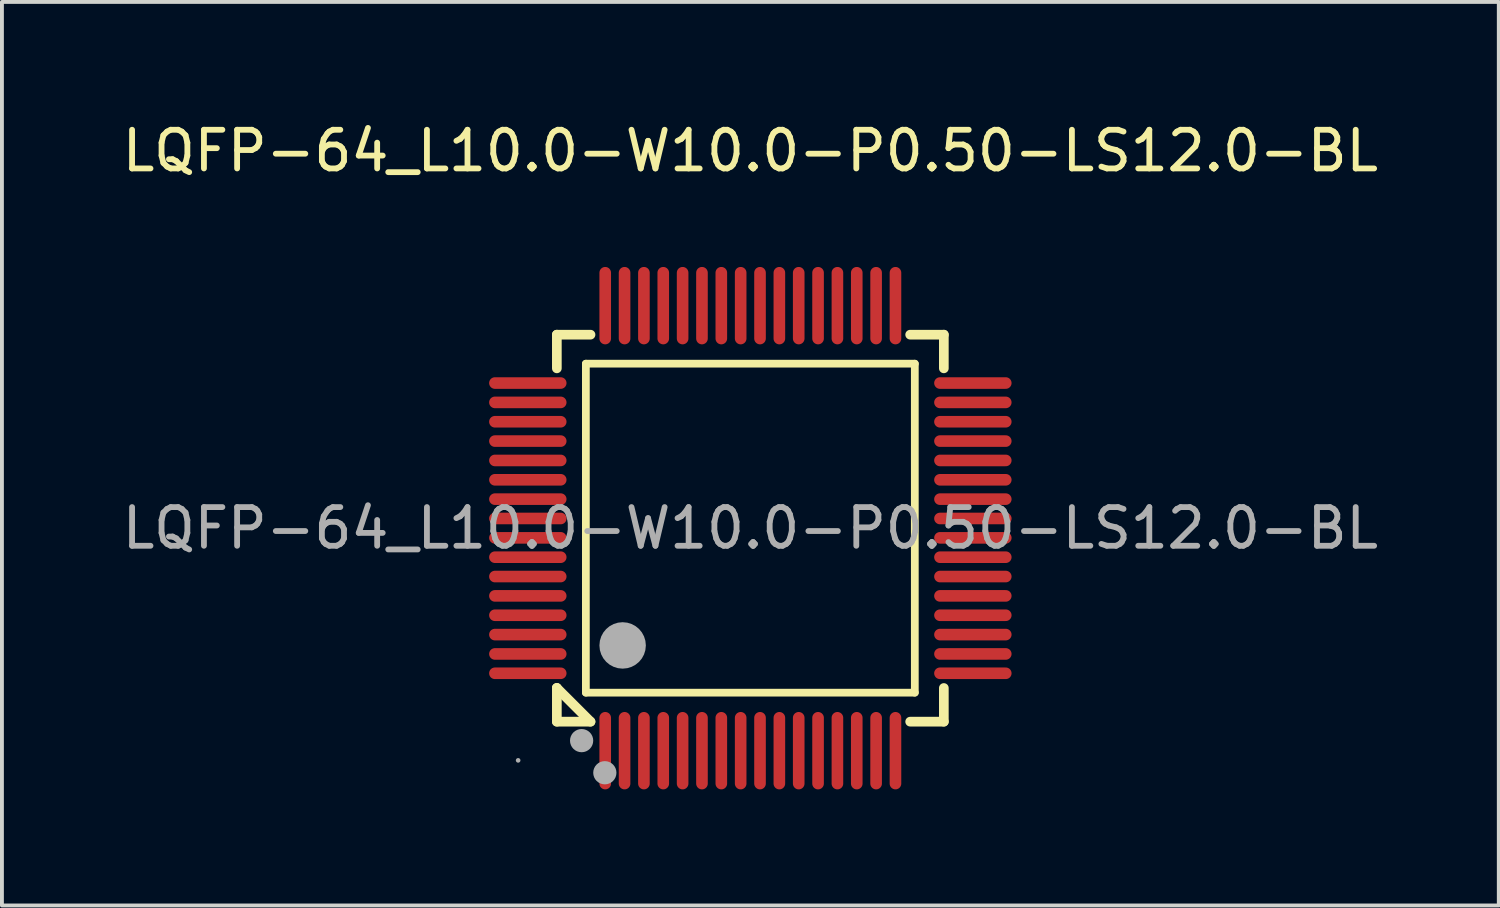
<source format=kicad_pcb>
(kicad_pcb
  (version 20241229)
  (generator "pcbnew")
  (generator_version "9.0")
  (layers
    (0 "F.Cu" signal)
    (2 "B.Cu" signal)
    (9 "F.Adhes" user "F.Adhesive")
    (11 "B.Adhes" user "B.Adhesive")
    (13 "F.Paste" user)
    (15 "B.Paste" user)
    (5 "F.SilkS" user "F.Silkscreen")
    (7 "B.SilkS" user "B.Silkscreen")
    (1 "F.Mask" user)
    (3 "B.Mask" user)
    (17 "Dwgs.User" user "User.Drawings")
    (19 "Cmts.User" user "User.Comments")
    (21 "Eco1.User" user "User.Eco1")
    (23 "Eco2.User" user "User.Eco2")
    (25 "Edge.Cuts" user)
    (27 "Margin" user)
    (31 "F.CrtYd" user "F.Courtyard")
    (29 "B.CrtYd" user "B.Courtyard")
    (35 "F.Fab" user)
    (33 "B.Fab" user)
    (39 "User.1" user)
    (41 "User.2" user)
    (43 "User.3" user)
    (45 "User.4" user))
  (footprint "LQFP-64_L10.0-W10.0-P0.50-LS12.0-BL"
    (layer "F.Cu")
    (at 16.339 10.598)
    (property "Reference" "LQFP-64_L10.0-W10.0-P0.50-LS12.0-BL" (at 0 -9.75 0) (layer "F.SilkS") (effects (font (size 1 1) (thickness 0.15))))
    (attr smd)
    (fp_line (start -5 -5) (end -4.13 -5) (stroke (width 0.25) (type solid)) (layer "F.SilkS"))
    (fp_line (start -5 -4.13) (end -5 -5) (stroke (width 0.25) (type solid)) (layer "F.SilkS"))
    (fp_line (start -5 4.13) (end -5 4.13) (stroke (width 0.25) (type solid)) (layer "F.SilkS"))
    (fp_line (start -5 4.13) (end -4.13 5) (stroke (width 0.25) (type solid)) (layer "F.SilkS"))
    (fp_line (start -5 5) (end -5 4.13) (stroke (width 0.25) (type solid)) (layer "F.SilkS"))
    (fp_line (start -4.25 -4.25) (end -4.25 4.25) (stroke (width 0.2) (type solid)) (layer "F.SilkS"))
    (fp_line (start -4.25 4.25) (end 4.25 4.25) (stroke (width 0.2) (type solid)) (layer "F.SilkS"))
    (fp_line (start -4.13 5) (end -5 5) (stroke (width 0.25) (type solid)) (layer "F.SilkS"))
    (fp_line (start 4.25 -4.25) (end -4.25 -4.25) (stroke (width 0.2) (type solid)) (layer "F.SilkS"))
    (fp_line (start 4.25 4.25) (end 4.25 -4.25) (stroke (width 0.2) (type solid)) (layer "F.SilkS"))
    (fp_line (start 5 -5) (end 4.13 -5) (stroke (width 0.25) (type solid)) (layer "F.SilkS"))
    (fp_line (start 5 -5) (end 5 -4.13) (stroke (width 0.25) (type solid)) (layer "F.SilkS"))
    (fp_line (start 5 4.13) (end 5 5) (stroke (width 0.25) (type solid)) (layer "F.SilkS"))
    (fp_line (start 5 5) (end 4.13 5) (stroke (width 0.25) (type solid)) (layer "F.SilkS"))
    (fp_arc (start -4.36 5.49) (mid -4.36 5.49) (end -4.36 5.49) (stroke (width 0.3) (type solid)) (layer "F.Fab"))
    (fp_arc (start -3.3 3.03) (mid -3.3 3.03) (end -3.3 3.03) (stroke (width 0.6) (type solid)) (layer "F.Fab"))
    (fp_circle (center -6 6) (end -5.97 6) (stroke (width 0.06) (type solid)) (fill no) (layer "F.Fab"))
    (fp_circle (center -3.76 6.32) (end -3.61 6.32) (stroke (width 0.3) (type solid)) (fill no) (layer "F.Fab"))
    (fp_text user "${REFERENCE}" (at 0 0 0) (layer "F.Fab") (effects (font (size 1 1) (thickness 0.15))))
    (pad "1" smd oval (at -3.75 5.75) (size 0.3 2) (layers "F.Cu" "F.Mask" "F.Paste"))
    (pad "2" smd oval (at -3.25 5.75) (size 0.3 2) (layers "F.Cu" "F.Mask" "F.Paste"))
    (pad "3" smd oval (at -2.75 5.75) (size 0.3 2) (layers "F.Cu" "F.Mask" "F.Paste"))
    (pad "4" smd oval (at -2.25 5.75) (size 0.3 2) (layers "F.Cu" "F.Mask" "F.Paste"))
    (pad "5" smd oval (at -1.75 5.75) (size 0.3 2) (layers "F.Cu" "F.Mask" "F.Paste"))
    (pad "6" smd oval (at -1.25 5.75) (size 0.3 2) (layers "F.Cu" "F.Mask" "F.Paste"))
    (pad "7" smd oval (at -0.75 5.75) (size 0.3 2) (layers "F.Cu" "F.Mask" "F.Paste"))
    (pad "8" smd oval (at -0.25 5.75) (size 0.3 2) (layers "F.Cu" "F.Mask" "F.Paste"))
    (pad "9" smd oval (at 0.25 5.75) (size 0.3 2) (layers "F.Cu" "F.Mask" "F.Paste"))
    (pad "10" smd oval (at 0.75 5.75) (size 0.3 2) (layers "F.Cu" "F.Mask" "F.Paste"))
    (pad "11" smd oval (at 1.25 5.75) (size 0.3 2) (layers "F.Cu" "F.Mask" "F.Paste"))
    (pad "12" smd oval (at 1.75 5.75) (size 0.3 2) (layers "F.Cu" "F.Mask" "F.Paste"))
    (pad "13" smd oval (at 2.25 5.75) (size 0.3 2) (layers "F.Cu" "F.Mask" "F.Paste"))
    (pad "14" smd oval (at 2.75 5.75) (size 0.3 2) (layers "F.Cu" "F.Mask" "F.Paste"))
    (pad "15" smd oval (at 3.25 5.75) (size 0.3 2) (layers "F.Cu" "F.Mask" "F.Paste"))
    (pad "16" smd oval (at 3.75 5.75) (size 0.3 2) (layers "F.Cu" "F.Mask" "F.Paste"))
    (pad "17" smd oval (at 5.75 3.75) (size 2 0.3) (layers "F.Cu" "F.Mask" "F.Paste"))
    (pad "18" smd oval (at 5.75 3.25) (size 2 0.3) (layers "F.Cu" "F.Mask" "F.Paste"))
    (pad "19" smd oval (at 5.75 2.75) (size 2 0.3) (layers "F.Cu" "F.Mask" "F.Paste"))
    (pad "20" smd oval (at 5.75 2.25) (size 2 0.3) (layers "F.Cu" "F.Mask" "F.Paste"))
    (pad "21" smd oval (at 5.75 1.75) (size 2 0.3) (layers "F.Cu" "F.Mask" "F.Paste"))
    (pad "22" smd oval (at 5.75 1.25) (size 2 0.3) (layers "F.Cu" "F.Mask" "F.Paste"))
    (pad "23" smd oval (at 5.75 0.75) (size 2 0.3) (layers "F.Cu" "F.Mask" "F.Paste"))
    (pad "24" smd oval (at 5.75 0.25) (size 2 0.3) (layers "F.Cu" "F.Mask" "F.Paste"))
    (pad "25" smd oval (at 5.75 -0.25) (size 2 0.3) (layers "F.Cu" "F.Mask" "F.Paste"))
    (pad "26" smd oval (at 5.75 -0.75) (size 2 0.3) (layers "F.Cu" "F.Mask" "F.Paste"))
    (pad "27" smd oval (at 5.75 -1.25) (size 2 0.3) (layers "F.Cu" "F.Mask" "F.Paste"))
    (pad "28" smd oval (at 5.75 -1.75) (size 2 0.3) (layers "F.Cu" "F.Mask" "F.Paste"))
    (pad "29" smd oval (at 5.75 -2.25) (size 2 0.3) (layers "F.Cu" "F.Mask" "F.Paste"))
    (pad "30" smd oval (at 5.75 -2.75) (size 2 0.3) (layers "F.Cu" "F.Mask" "F.Paste"))
    (pad "31" smd oval (at 5.75 -3.25) (size 2 0.3) (layers "F.Cu" "F.Mask" "F.Paste"))
    (pad "32" smd oval (at 5.75 -3.75) (size 2 0.3) (layers "F.Cu" "F.Mask" "F.Paste"))
    (pad "33" smd oval (at 3.75 -5.75) (size 0.3 2) (layers "F.Cu" "F.Mask" "F.Paste"))
    (pad "34" smd oval (at 3.25 -5.75) (size 0.3 2) (layers "F.Cu" "F.Mask" "F.Paste"))
    (pad "35" smd oval (at 2.75 -5.75) (size 0.3 2) (layers "F.Cu" "F.Mask" "F.Paste"))
    (pad "36" smd oval (at 2.25 -5.75) (size 0.3 2) (layers "F.Cu" "F.Mask" "F.Paste"))
    (pad "37" smd oval (at 1.75 -5.75) (size 0.3 2) (layers "F.Cu" "F.Mask" "F.Paste"))
    (pad "38" smd oval (at 1.25 -5.75) (size 0.3 2) (layers "F.Cu" "F.Mask" "F.Paste"))
    (pad "39" smd oval (at 0.75 -5.75) (size 0.3 2) (layers "F.Cu" "F.Mask" "F.Paste"))
    (pad "40" smd oval (at 0.25 -5.75) (size 0.3 2) (layers "F.Cu" "F.Mask" "F.Paste"))
    (pad "41" smd oval (at -0.25 -5.75) (size 0.3 2) (layers "F.Cu" "F.Mask" "F.Paste"))
    (pad "42" smd oval (at -0.75 -5.75) (size 0.3 2) (layers "F.Cu" "F.Mask" "F.Paste"))
    (pad "43" smd oval (at -1.25 -5.75) (size 0.3 2) (layers "F.Cu" "F.Mask" "F.Paste"))
    (pad "44" smd oval (at -1.75 -5.75) (size 0.3 2) (layers "F.Cu" "F.Mask" "F.Paste"))
    (pad "45" smd oval (at -2.25 -5.75) (size 0.3 2) (layers "F.Cu" "F.Mask" "F.Paste"))
    (pad "46" smd oval (at -2.75 -5.75) (size 0.3 2) (layers "F.Cu" "F.Mask" "F.Paste"))
    (pad "47" smd oval (at -3.25 -5.75) (size 0.3 2) (layers "F.Cu" "F.Mask" "F.Paste"))
    (pad "48" smd oval (at -3.75 -5.75) (size 0.3 2) (layers "F.Cu" "F.Mask" "F.Paste"))
    (pad "49" smd oval (at -5.75 -3.75) (size 2 0.3) (layers "F.Cu" "F.Mask" "F.Paste"))
    (pad "50" smd oval (at -5.75 -3.25) (size 2 0.3) (layers "F.Cu" "F.Mask" "F.Paste"))
    (pad "51" smd oval (at -5.75 -2.75) (size 2 0.3) (layers "F.Cu" "F.Mask" "F.Paste"))
    (pad "52" smd oval (at -5.75 -2.25) (size 2 0.3) (layers "F.Cu" "F.Mask" "F.Paste"))
    (pad "53" smd oval (at -5.75 -1.75) (size 2 0.3) (layers "F.Cu" "F.Mask" "F.Paste"))
    (pad "54" smd oval (at -5.75 -1.25) (size 2 0.3) (layers "F.Cu" "F.Mask" "F.Paste"))
    (pad "55" smd oval (at -5.75 -0.75) (size 2 0.3) (layers "F.Cu" "F.Mask" "F.Paste"))
    (pad "56" smd oval (at -5.75 -0.25) (size 2 0.3) (layers "F.Cu" "F.Mask" "F.Paste"))
    (pad "57" smd oval (at -5.75 0.25) (size 2 0.3) (layers "F.Cu" "F.Mask" "F.Paste"))
    (pad "58" smd oval (at -5.75 0.75) (size 2 0.3) (layers "F.Cu" "F.Mask" "F.Paste"))
    (pad "59" smd oval (at -5.75 1.25) (size 2 0.3) (layers "F.Cu" "F.Mask" "F.Paste"))
    (pad "60" smd oval (at -5.75 1.75) (size 2 0.3) (layers "F.Cu" "F.Mask" "F.Paste"))
    (pad "61" smd oval (at -5.75 2.25) (size 2 0.3) (layers "F.Cu" "F.Mask" "F.Paste"))
    (pad "62" smd oval (at -5.75 2.75) (size 2 0.3) (layers "F.Cu" "F.Mask" "F.Paste"))
    (pad "63" smd oval (at -5.75 3.25) (size 2 0.3) (layers "F.Cu" "F.Mask" "F.Paste"))
    (pad "64" smd oval (at -5.75 3.75) (size 2 0.3) (layers "F.Cu" "F.Mask" "F.Paste")))
  (gr_rect
    (start -3 -3)
    (end 35.679 20.348)
    (stroke (width 0.1) (type default))
    (fill no)
    (layer "Edge.Cuts")))
</source>
